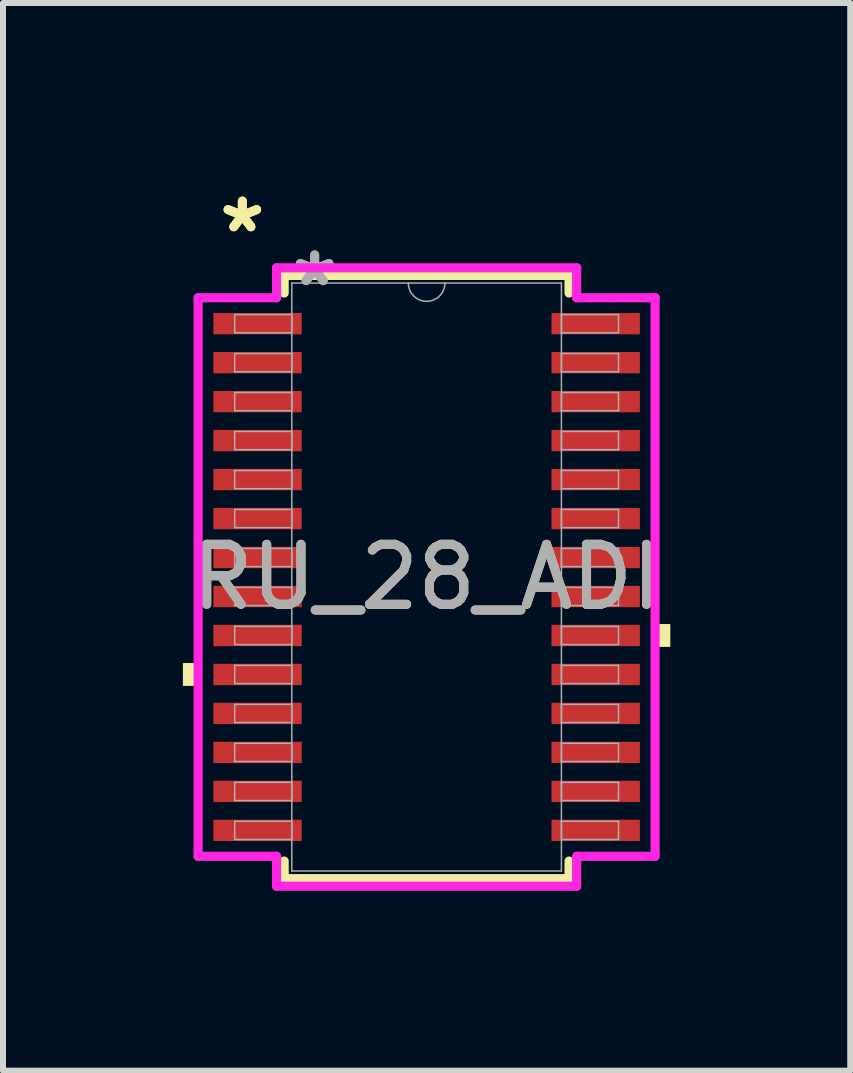
<source format=kicad_pcb>
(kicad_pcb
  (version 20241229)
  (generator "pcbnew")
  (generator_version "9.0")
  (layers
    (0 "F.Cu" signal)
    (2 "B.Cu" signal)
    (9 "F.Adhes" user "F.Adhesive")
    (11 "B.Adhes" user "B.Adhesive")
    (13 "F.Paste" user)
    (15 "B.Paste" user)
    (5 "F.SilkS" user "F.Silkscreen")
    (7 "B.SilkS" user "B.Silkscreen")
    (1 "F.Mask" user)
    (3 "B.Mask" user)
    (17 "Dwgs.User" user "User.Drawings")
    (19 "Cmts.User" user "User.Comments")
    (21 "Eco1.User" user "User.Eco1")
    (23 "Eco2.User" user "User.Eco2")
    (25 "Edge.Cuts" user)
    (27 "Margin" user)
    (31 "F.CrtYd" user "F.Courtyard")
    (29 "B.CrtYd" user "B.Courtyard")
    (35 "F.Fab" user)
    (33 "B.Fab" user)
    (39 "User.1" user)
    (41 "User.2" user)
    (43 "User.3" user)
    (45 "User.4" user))
  (footprint "RU_28_ADI"
    (layer "F.Cu")
    (at 4.064 6.572)
    (property "Reference" "RU_28_ADI" (at 0 0 0) (unlocked yes) (layer "F.SilkS") (effects (font (size 1 1) (thickness 0.15))))
    (attr smd)
    (fp_line (start -2.375 -5.029) (end -2.375 -4.736) (stroke (width 0.152) (type solid)) (layer "F.SilkS"))
    (fp_line (start -2.375 4.736) (end -2.375 5.029) (stroke (width 0.152) (type solid)) (layer "F.SilkS"))
    (fp_line (start -2.375 5.029) (end 2.375 5.029) (stroke (width 0.152) (type solid)) (layer "F.SilkS"))
    (fp_line (start 2.375 -5.029) (end -2.375 -5.029) (stroke (width 0.152) (type solid)) (layer "F.SilkS"))
    (fp_line (start 2.375 -4.736) (end 2.375 -5.029) (stroke (width 0.152) (type solid)) (layer "F.SilkS"))
    (fp_line (start 2.375 5.029) (end 2.375 4.736) (stroke (width 0.152) (type solid)) (layer "F.SilkS"))
    (fp_poly (pts (xy -4.064 1.434) (xy -4.064 1.815) (xy -3.81 1.815) (xy -3.81 1.434)) (stroke (width 0) (type solid)) (fill yes) (layer "F.SilkS"))
    (fp_poly (pts (xy 4.064 0.784) (xy 4.064 1.165) (xy 3.81 1.165) (xy 3.81 0.784)) (stroke (width 0) (type solid)) (fill yes) (layer "F.SilkS"))
    (fp_line (start -3.81 -4.657) (end -2.502 -4.657) (stroke (width 0.152) (type solid)) (layer "F.CrtYd"))
    (fp_line (start -3.81 4.657) (end -3.81 -4.657) (stroke (width 0.152) (type solid)) (layer "F.CrtYd"))
    (fp_line (start -3.81 4.657) (end -2.502 4.657) (stroke (width 0.152) (type solid)) (layer "F.CrtYd"))
    (fp_line (start -2.502 -5.156) (end 2.502 -5.156) (stroke (width 0.152) (type solid)) (layer "F.CrtYd"))
    (fp_line (start -2.502 -4.657) (end -2.502 -5.156) (stroke (width 0.152) (type solid)) (layer "F.CrtYd"))
    (fp_line (start -2.502 5.156) (end -2.502 4.657) (stroke (width 0.152) (type solid)) (layer "F.CrtYd"))
    (fp_line (start 2.502 -5.156) (end 2.502 -4.657) (stroke (width 0.152) (type solid)) (layer "F.CrtYd"))
    (fp_line (start 2.502 4.657) (end 2.502 5.156) (stroke (width 0.152) (type solid)) (layer "F.CrtYd"))
    (fp_line (start 2.502 5.156) (end -2.502 5.156) (stroke (width 0.152) (type solid)) (layer "F.CrtYd"))
    (fp_line (start 3.81 -4.657) (end 2.502 -4.657) (stroke (width 0.152) (type solid)) (layer "F.CrtYd"))
    (fp_line (start 3.81 -4.657) (end 3.81 4.657) (stroke (width 0.152) (type solid)) (layer "F.CrtYd"))
    (fp_line (start 3.81 4.657) (end 2.502 4.657) (stroke (width 0.152) (type solid)) (layer "F.CrtYd"))
    (fp_line (start -3.2 -4.377) (end -3.2 -4.073) (stroke (width 0.025) (type solid)) (layer "F.Fab"))
    (fp_line (start -3.2 -4.073) (end -2.248 -4.073) (stroke (width 0.025) (type solid)) (layer "F.Fab"))
    (fp_line (start -3.2 -3.727) (end -3.2 -3.423) (stroke (width 0.025) (type solid)) (layer "F.Fab"))
    (fp_line (start -3.2 -3.423) (end -2.248 -3.423) (stroke (width 0.025) (type solid)) (layer "F.Fab"))
    (fp_line (start -3.2 -3.077) (end -3.2 -2.773) (stroke (width 0.025) (type solid)) (layer "F.Fab"))
    (fp_line (start -3.2 -2.773) (end -2.248 -2.773) (stroke (width 0.025) (type solid)) (layer "F.Fab"))
    (fp_line (start -3.2 -2.427) (end -3.2 -2.123) (stroke (width 0.025) (type solid)) (layer "F.Fab"))
    (fp_line (start -3.2 -2.123) (end -2.248 -2.123) (stroke (width 0.025) (type solid)) (layer "F.Fab"))
    (fp_line (start -3.2 -1.777) (end -3.2 -1.473) (stroke (width 0.025) (type solid)) (layer "F.Fab"))
    (fp_line (start -3.2 -1.473) (end -2.248 -1.473) (stroke (width 0.025) (type solid)) (layer "F.Fab"))
    (fp_line (start -3.2 -1.127) (end -3.2 -0.823) (stroke (width 0.025) (type solid)) (layer "F.Fab"))
    (fp_line (start -3.2 -0.823) (end -2.248 -0.823) (stroke (width 0.025) (type solid)) (layer "F.Fab"))
    (fp_line (start -3.2 -0.477) (end -3.2 -0.173) (stroke (width 0.025) (type solid)) (layer "F.Fab"))
    (fp_line (start -3.2 -0.173) (end -2.248 -0.173) (stroke (width 0.025) (type solid)) (layer "F.Fab"))
    (fp_line (start -3.2 0.173) (end -3.2 0.477) (stroke (width 0.025) (type solid)) (layer "F.Fab"))
    (fp_line (start -3.2 0.477) (end -2.248 0.477) (stroke (width 0.025) (type solid)) (layer "F.Fab"))
    (fp_line (start -3.2 0.823) (end -3.2 1.127) (stroke (width 0.025) (type solid)) (layer "F.Fab"))
    (fp_line (start -3.2 1.127) (end -2.248 1.127) (stroke (width 0.025) (type solid)) (layer "F.Fab"))
    (fp_line (start -3.2 1.473) (end -3.2 1.777) (stroke (width 0.025) (type solid)) (layer "F.Fab"))
    (fp_line (start -3.2 1.777) (end -2.248 1.777) (stroke (width 0.025) (type solid)) (layer "F.Fab"))
    (fp_line (start -3.2 2.123) (end -3.2 2.427) (stroke (width 0.025) (type solid)) (layer "F.Fab"))
    (fp_line (start -3.2 2.427) (end -2.248 2.427) (stroke (width 0.025) (type solid)) (layer "F.Fab"))
    (fp_line (start -3.2 2.773) (end -3.2 3.077) (stroke (width 0.025) (type solid)) (layer "F.Fab"))
    (fp_line (start -3.2 3.077) (end -2.248 3.077) (stroke (width 0.025) (type solid)) (layer "F.Fab"))
    (fp_line (start -3.2 3.423) (end -3.2 3.727) (stroke (width 0.025) (type solid)) (layer "F.Fab"))
    (fp_line (start -3.2 3.727) (end -2.248 3.727) (stroke (width 0.025) (type solid)) (layer "F.Fab"))
    (fp_line (start -3.2 4.073) (end -3.2 4.377) (stroke (width 0.025) (type solid)) (layer "F.Fab"))
    (fp_line (start -3.2 4.377) (end -2.248 4.377) (stroke (width 0.025) (type solid)) (layer "F.Fab"))
    (fp_line (start -2.248 -4.902) (end -2.248 4.902) (stroke (width 0.025) (type solid)) (layer "F.Fab"))
    (fp_line (start -2.248 -4.377) (end -3.2 -4.377) (stroke (width 0.025) (type solid)) (layer "F.Fab"))
    (fp_line (start -2.248 -4.073) (end -2.248 -4.377) (stroke (width 0.025) (type solid)) (layer "F.Fab"))
    (fp_line (start -2.248 -3.727) (end -3.2 -3.727) (stroke (width 0.025) (type solid)) (layer "F.Fab"))
    (fp_line (start -2.248 -3.423) (end -2.248 -3.727) (stroke (width 0.025) (type solid)) (layer "F.Fab"))
    (fp_line (start -2.248 -3.077) (end -3.2 -3.077) (stroke (width 0.025) (type solid)) (layer "F.Fab"))
    (fp_line (start -2.248 -2.773) (end -2.248 -3.077) (stroke (width 0.025) (type solid)) (layer "F.Fab"))
    (fp_line (start -2.248 -2.427) (end -3.2 -2.427) (stroke (width 0.025) (type solid)) (layer "F.Fab"))
    (fp_line (start -2.248 -2.123) (end -2.248 -2.427) (stroke (width 0.025) (type solid)) (layer "F.Fab"))
    (fp_line (start -2.248 -1.777) (end -3.2 -1.777) (stroke (width 0.025) (type solid)) (layer "F.Fab"))
    (fp_line (start -2.248 -1.473) (end -2.248 -1.777) (stroke (width 0.025) (type solid)) (layer "F.Fab"))
    (fp_line (start -2.248 -1.127) (end -3.2 -1.127) (stroke (width 0.025) (type solid)) (layer "F.Fab"))
    (fp_line (start -2.248 -0.823) (end -2.248 -1.127) (stroke (width 0.025) (type solid)) (layer "F.Fab"))
    (fp_line (start -2.248 -0.477) (end -3.2 -0.477) (stroke (width 0.025) (type solid)) (layer "F.Fab"))
    (fp_line (start -2.248 -0.173) (end -2.248 -0.477) (stroke (width 0.025) (type solid)) (layer "F.Fab"))
    (fp_line (start -2.248 0.173) (end -3.2 0.173) (stroke (width 0.025) (type solid)) (layer "F.Fab"))
    (fp_line (start -2.248 0.477) (end -2.248 0.173) (stroke (width 0.025) (type solid)) (layer "F.Fab"))
    (fp_line (start -2.248 0.823) (end -3.2 0.823) (stroke (width 0.025) (type solid)) (layer "F.Fab"))
    (fp_line (start -2.248 1.127) (end -2.248 0.823) (stroke (width 0.025) (type solid)) (layer "F.Fab"))
    (fp_line (start -2.248 1.473) (end -3.2 1.473) (stroke (width 0.025) (type solid)) (layer "F.Fab"))
    (fp_line (start -2.248 1.777) (end -2.248 1.473) (stroke (width 0.025) (type solid)) (layer "F.Fab"))
    (fp_line (start -2.248 2.123) (end -3.2 2.123) (stroke (width 0.025) (type solid)) (layer "F.Fab"))
    (fp_line (start -2.248 2.427) (end -2.248 2.123) (stroke (width 0.025) (type solid)) (layer "F.Fab"))
    (fp_line (start -2.248 2.773) (end -3.2 2.773) (stroke (width 0.025) (type solid)) (layer "F.Fab"))
    (fp_line (start -2.248 3.077) (end -2.248 2.773) (stroke (width 0.025) (type solid)) (layer "F.Fab"))
    (fp_line (start -2.248 3.423) (end -3.2 3.423) (stroke (width 0.025) (type solid)) (layer "F.Fab"))
    (fp_line (start -2.248 3.727) (end -2.248 3.423) (stroke (width 0.025) (type solid)) (layer "F.Fab"))
    (fp_line (start -2.248 4.073) (end -3.2 4.073) (stroke (width 0.025) (type solid)) (layer "F.Fab"))
    (fp_line (start -2.248 4.377) (end -2.248 4.073) (stroke (width 0.025) (type solid)) (layer "F.Fab"))
    (fp_line (start -2.248 4.902) (end 2.248 4.902) (stroke (width 0.025) (type solid)) (layer "F.Fab"))
    (fp_line (start 2.248 -4.902) (end -2.248 -4.902) (stroke (width 0.025) (type solid)) (layer "F.Fab"))
    (fp_line (start 2.248 -4.377) (end 2.248 -4.073) (stroke (width 0.025) (type solid)) (layer "F.Fab"))
    (fp_line (start 2.248 -4.073) (end 3.2 -4.073) (stroke (width 0.025) (type solid)) (layer "F.Fab"))
    (fp_line (start 2.248 -3.727) (end 2.248 -3.423) (stroke (width 0.025) (type solid)) (layer "F.Fab"))
    (fp_line (start 2.248 -3.423) (end 3.2 -3.423) (stroke (width 0.025) (type solid)) (layer "F.Fab"))
    (fp_line (start 2.248 -3.077) (end 2.248 -2.773) (stroke (width 0.025) (type solid)) (layer "F.Fab"))
    (fp_line (start 2.248 -2.773) (end 3.2 -2.773) (stroke (width 0.025) (type solid)) (layer "F.Fab"))
    (fp_line (start 2.248 -2.427) (end 2.248 -2.123) (stroke (width 0.025) (type solid)) (layer "F.Fab"))
    (fp_line (start 2.248 -2.123) (end 3.2 -2.123) (stroke (width 0.025) (type solid)) (layer "F.Fab"))
    (fp_line (start 2.248 -1.777) (end 2.248 -1.473) (stroke (width 0.025) (type solid)) (layer "F.Fab"))
    (fp_line (start 2.248 -1.473) (end 3.2 -1.473) (stroke (width 0.025) (type solid)) (layer "F.Fab"))
    (fp_line (start 2.248 -1.127) (end 2.248 -0.823) (stroke (width 0.025) (type solid)) (layer "F.Fab"))
    (fp_line (start 2.248 -0.823) (end 3.2 -0.823) (stroke (width 0.025) (type solid)) (layer "F.Fab"))
    (fp_line (start 2.248 -0.477) (end 2.248 -0.173) (stroke (width 0.025) (type solid)) (layer "F.Fab"))
    (fp_line (start 2.248 -0.173) (end 3.2 -0.173) (stroke (width 0.025) (type solid)) (layer "F.Fab"))
    (fp_line (start 2.248 0.173) (end 2.248 0.477) (stroke (width 0.025) (type solid)) (layer "F.Fab"))
    (fp_line (start 2.248 0.477) (end 3.2 0.477) (stroke (width 0.025) (type solid)) (layer "F.Fab"))
    (fp_line (start 2.248 0.823) (end 2.248 1.127) (stroke (width 0.025) (type solid)) (layer "F.Fab"))
    (fp_line (start 2.248 1.127) (end 3.2 1.127) (stroke (width 0.025) (type solid)) (layer "F.Fab"))
    (fp_line (start 2.248 1.473) (end 2.248 1.777) (stroke (width 0.025) (type solid)) (layer "F.Fab"))
    (fp_line (start 2.248 1.777) (end 3.2 1.777) (stroke (width 0.025) (type solid)) (layer "F.Fab"))
    (fp_line (start 2.248 2.123) (end 2.248 2.427) (stroke (width 0.025) (type solid)) (layer "F.Fab"))
    (fp_line (start 2.248 2.427) (end 3.2 2.427) (stroke (width 0.025) (type solid)) (layer "F.Fab"))
    (fp_line (start 2.248 2.773) (end 2.248 3.077) (stroke (width 0.025) (type solid)) (layer "F.Fab"))
    (fp_line (start 2.248 3.077) (end 3.2 3.077) (stroke (width 0.025) (type solid)) (layer "F.Fab"))
    (fp_line (start 2.248 3.423) (end 2.248 3.727) (stroke (width 0.025) (type solid)) (layer "F.Fab"))
    (fp_line (start 2.248 3.727) (end 3.2 3.727) (stroke (width 0.025) (type solid)) (layer "F.Fab"))
    (fp_line (start 2.248 4.073) (end 2.248 4.377) (stroke (width 0.025) (type solid)) (layer "F.Fab"))
    (fp_line (start 2.248 4.377) (end 3.2 4.377) (stroke (width 0.025) (type solid)) (layer "F.Fab"))
    (fp_line (start 2.248 4.902) (end 2.248 -4.902) (stroke (width 0.025) (type solid)) (layer "F.Fab"))
    (fp_line (start 3.2 -4.377) (end 2.248 -4.377) (stroke (width 0.025) (type solid)) (layer "F.Fab"))
    (fp_line (start 3.2 -4.073) (end 3.2 -4.377) (stroke (width 0.025) (type solid)) (layer "F.Fab"))
    (fp_line (start 3.2 -3.727) (end 2.248 -3.727) (stroke (width 0.025) (type solid)) (layer "F.Fab"))
    (fp_line (start 3.2 -3.423) (end 3.2 -3.727) (stroke (width 0.025) (type solid)) (layer "F.Fab"))
    (fp_line (start 3.2 -3.077) (end 2.248 -3.077) (stroke (width 0.025) (type solid)) (layer "F.Fab"))
    (fp_line (start 3.2 -2.773) (end 3.2 -3.077) (stroke (width 0.025) (type solid)) (layer "F.Fab"))
    (fp_line (start 3.2 -2.427) (end 2.248 -2.427) (stroke (width 0.025) (type solid)) (layer "F.Fab"))
    (fp_line (start 3.2 -2.123) (end 3.2 -2.427) (stroke (width 0.025) (type solid)) (layer "F.Fab"))
    (fp_line (start 3.2 -1.777) (end 2.248 -1.777) (stroke (width 0.025) (type solid)) (layer "F.Fab"))
    (fp_line (start 3.2 -1.473) (end 3.2 -1.777) (stroke (width 0.025) (type solid)) (layer "F.Fab"))
    (fp_line (start 3.2 -1.127) (end 2.248 -1.127) (stroke (width 0.025) (type solid)) (layer "F.Fab"))
    (fp_line (start 3.2 -0.823) (end 3.2 -1.127) (stroke (width 0.025) (type solid)) (layer "F.Fab"))
    (fp_line (start 3.2 -0.477) (end 2.248 -0.477) (stroke (width 0.025) (type solid)) (layer "F.Fab"))
    (fp_line (start 3.2 -0.173) (end 3.2 -0.477) (stroke (width 0.025) (type solid)) (layer "F.Fab"))
    (fp_line (start 3.2 0.173) (end 2.248 0.173) (stroke (width 0.025) (type solid)) (layer "F.Fab"))
    (fp_line (start 3.2 0.477) (end 3.2 0.173) (stroke (width 0.025) (type solid)) (layer "F.Fab"))
    (fp_line (start 3.2 0.823) (end 2.248 0.823) (stroke (width 0.025) (type solid)) (layer "F.Fab"))
    (fp_line (start 3.2 1.127) (end 3.2 0.823) (stroke (width 0.025) (type solid)) (layer "F.Fab"))
    (fp_line (start 3.2 1.473) (end 2.248 1.473) (stroke (width 0.025) (type solid)) (layer "F.Fab"))
    (fp_line (start 3.2 1.777) (end 3.2 1.473) (stroke (width 0.025) (type solid)) (layer "F.Fab"))
    (fp_line (start 3.2 2.123) (end 2.248 2.123) (stroke (width 0.025) (type solid)) (layer "F.Fab"))
    (fp_line (start 3.2 2.427) (end 3.2 2.123) (stroke (width 0.025) (type solid)) (layer "F.Fab"))
    (fp_line (start 3.2 2.773) (end 2.248 2.773) (stroke (width 0.025) (type solid)) (layer "F.Fab"))
    (fp_line (start 3.2 3.077) (end 3.2 2.773) (stroke (width 0.025) (type solid)) (layer "F.Fab"))
    (fp_line (start 3.2 3.423) (end 2.248 3.423) (stroke (width 0.025) (type solid)) (layer "F.Fab"))
    (fp_line (start 3.2 3.727) (end 3.2 3.423) (stroke (width 0.025) (type solid)) (layer "F.Fab"))
    (fp_line (start 3.2 4.073) (end 2.248 4.073) (stroke (width 0.025) (type solid)) (layer "F.Fab"))
    (fp_line (start 3.2 4.377) (end 3.2 4.073) (stroke (width 0.025) (type solid)) (layer "F.Fab"))
    (fp_arc (start 0.3048 -4.9022) (mid 0 -4.5974) (end -0.3048 -4.9022) (stroke (width 0.0254) (type solid)) (layer "F.Fab"))
    (fp_text user "*" (at -3.073 -5.724 0) (unlocked yes) (layer "F.SilkS") (effects (font (size 1 1) (thickness 0.15))))
    (fp_text user "*" (at -3.073 -5.724 0) (layer "F.SilkS") (effects (font (size 1 1) (thickness 0.15))))
    (fp_text user "${REFERENCE}" (at 0 0 0) (unlocked yes) (layer "F.Fab") (effects (font (size 1 1) (thickness 0.15))))
    (fp_text user "*" (at -1.867 -4.826 0) (unlocked yes) (layer "F.Fab") (effects (font (size 1 1) (thickness 0.15))))
    (fp_text user "*" (at -1.867 -4.826 0) (layer "F.Fab") (effects (font (size 1 1) (thickness 0.15))))
    (pad "1" smd rect (at -2.819 -4.225) (size 1.473 0.356) (layers "F.Cu" "F.Mask" "F.Paste"))
    (pad "2" smd rect (at -2.819 -3.575) (size 1.473 0.356) (layers "F.Cu" "F.Mask" "F.Paste"))
    (pad "3" smd rect (at -2.819 -2.925) (size 1.473 0.356) (layers "F.Cu" "F.Mask" "F.Paste"))
    (pad "4" smd rect (at -2.819 -2.275) (size 1.473 0.356) (layers "F.Cu" "F.Mask" "F.Paste"))
    (pad "5" smd rect (at -2.819 -1.625) (size 1.473 0.356) (layers "F.Cu" "F.Mask" "F.Paste"))
    (pad "6" smd rect (at -2.819 -0.975) (size 1.473 0.356) (layers "F.Cu" "F.Mask" "F.Paste"))
    (pad "7" smd rect (at -2.819 -0.325) (size 1.473 0.356) (layers "F.Cu" "F.Mask" "F.Paste"))
    (pad "8" smd rect (at -2.819 0.325) (size 1.473 0.356) (layers "F.Cu" "F.Mask" "F.Paste"))
    (pad "9" smd rect (at -2.819 0.975) (size 1.473 0.356) (layers "F.Cu" "F.Mask" "F.Paste"))
    (pad "10" smd rect (at -2.819 1.625) (size 1.473 0.356) (layers "F.Cu" "F.Mask" "F.Paste"))
    (pad "11" smd rect (at -2.819 2.275) (size 1.473 0.356) (layers "F.Cu" "F.Mask" "F.Paste"))
    (pad "12" smd rect (at -2.819 2.925) (size 1.473 0.356) (layers "F.Cu" "F.Mask" "F.Paste"))
    (pad "13" smd rect (at -2.819 3.575) (size 1.473 0.356) (layers "F.Cu" "F.Mask" "F.Paste"))
    (pad "14" smd rect (at -2.819 4.225) (size 1.473 0.356) (layers "F.Cu" "F.Mask" "F.Paste"))
    (pad "15" smd rect (at 2.819 4.225) (size 1.473 0.356) (layers "F.Cu" "F.Mask" "F.Paste"))
    (pad "16" smd rect (at 2.819 3.575) (size 1.473 0.356) (layers "F.Cu" "F.Mask" "F.Paste"))
    (pad "17" smd rect (at 2.819 2.925) (size 1.473 0.356) (layers "F.Cu" "F.Mask" "F.Paste"))
    (pad "18" smd rect (at 2.819 2.275) (size 1.473 0.356) (layers "F.Cu" "F.Mask" "F.Paste"))
    (pad "19" smd rect (at 2.819 1.625) (size 1.473 0.356) (layers "F.Cu" "F.Mask" "F.Paste"))
    (pad "20" smd rect (at 2.819 0.975) (size 1.473 0.356) (layers "F.Cu" "F.Mask" "F.Paste"))
    (pad "21" smd rect (at 2.819 0.325) (size 1.473 0.356) (layers "F.Cu" "F.Mask" "F.Paste"))
    (pad "22" smd rect (at 2.819 -0.325) (size 1.473 0.356) (layers "F.Cu" "F.Mask" "F.Paste"))
    (pad "23" smd rect (at 2.819 -0.975) (size 1.473 0.356) (layers "F.Cu" "F.Mask" "F.Paste"))
    (pad "24" smd rect (at 2.819 -1.625) (size 1.473 0.356) (layers "F.Cu" "F.Mask" "F.Paste"))
    (pad "25" smd rect (at 2.819 -2.275) (size 1.473 0.356) (layers "F.Cu" "F.Mask" "F.Paste"))
    (pad "26" smd rect (at 2.819 -2.925) (size 1.473 0.356) (layers "F.Cu" "F.Mask" "F.Paste"))
    (pad "27" smd rect (at 2.819 -3.575) (size 1.473 0.356) (layers "F.Cu" "F.Mask" "F.Paste"))
    (pad "28" smd rect (at 2.819 -4.225) (size 1.473 0.356) (layers "F.Cu" "F.Mask" "F.Paste")))
  (gr_rect
    (start -3 -3)
    (end 11.128 14.804)
    (stroke (width 0.1) (type default))
    (fill no)
    (layer "Edge.Cuts")))
</source>
